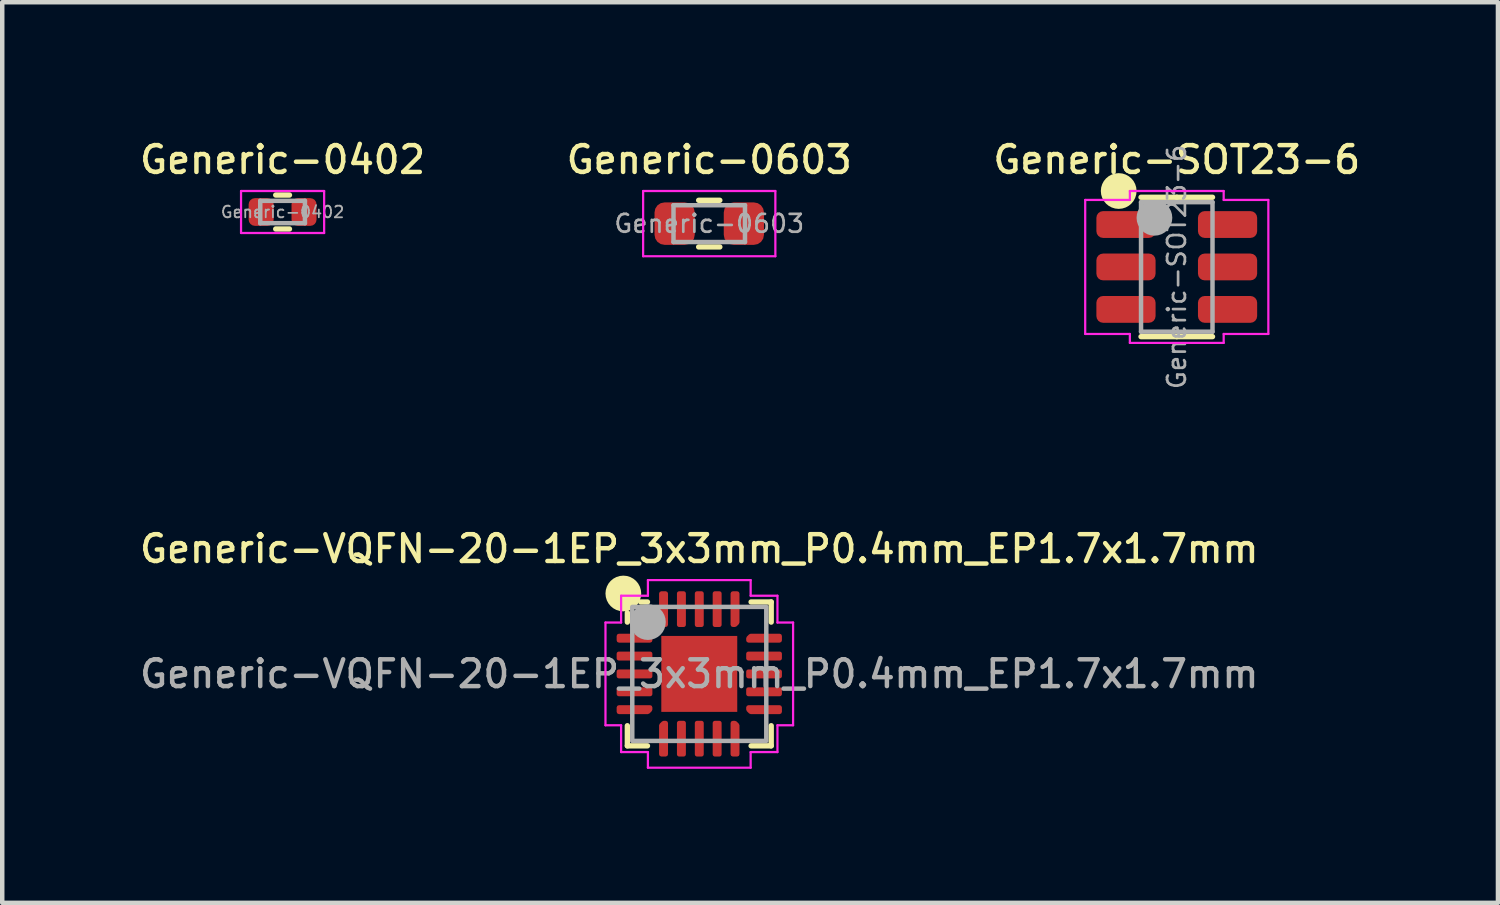
<source format=kicad_pcb>
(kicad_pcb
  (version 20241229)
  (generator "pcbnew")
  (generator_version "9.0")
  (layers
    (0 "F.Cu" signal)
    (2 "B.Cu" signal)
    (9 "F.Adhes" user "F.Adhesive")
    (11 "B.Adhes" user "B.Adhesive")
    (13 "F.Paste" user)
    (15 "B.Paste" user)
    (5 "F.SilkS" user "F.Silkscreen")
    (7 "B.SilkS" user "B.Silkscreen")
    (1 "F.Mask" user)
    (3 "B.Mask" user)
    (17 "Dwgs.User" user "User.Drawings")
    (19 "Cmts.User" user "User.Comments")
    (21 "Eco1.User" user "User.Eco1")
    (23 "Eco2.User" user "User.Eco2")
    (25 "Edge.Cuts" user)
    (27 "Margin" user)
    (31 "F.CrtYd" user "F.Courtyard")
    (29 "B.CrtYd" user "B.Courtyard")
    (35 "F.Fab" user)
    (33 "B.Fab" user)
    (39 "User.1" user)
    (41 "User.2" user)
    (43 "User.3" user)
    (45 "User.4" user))
  (footprint "Generic-SOT23-6"
    (layer "F.Cu")
    (at 23.293 2.926)
    (property "Reference" "Generic-SOT23-6" (at 0 -2.4 0) (layer "F.SilkS") (effects (font (size 0.6 0.6) (thickness 0.1) (bold yes))))
    (attr smd)
    (fp_line (start 0 -1.56) (end -0.8 -1.56) (stroke (width 0.12) (type solid)) (layer "F.SilkS"))
    (fp_line (start 0 -1.56) (end 0.8 -1.56) (stroke (width 0.12) (type solid)) (layer "F.SilkS"))
    (fp_line (start 0 1.56) (end -0.8 1.56) (stroke (width 0.12) (type solid)) (layer "F.SilkS"))
    (fp_line (start 0 1.56) (end 0.8 1.56) (stroke (width 0.12) (type solid)) (layer "F.SilkS"))
    (fp_circle (center -1.3 -1.7) (end -1.3 -1.7) (stroke (width 0.4) (type solid)) (fill no) (layer "F.SilkS"))
    (fp_line (start -2.05 -1.5) (end -1.05 -1.5) (stroke (width 0.05) (type solid)) (layer "F.CrtYd"))
    (fp_line (start -2.05 1.5) (end -2.05 -1.5) (stroke (width 0.05) (type solid)) (layer "F.CrtYd"))
    (fp_line (start -1.05 -1.7) (end 1.05 -1.7) (stroke (width 0.05) (type solid)) (layer "F.CrtYd"))
    (fp_line (start -1.05 -1.5) (end -1.05 -1.7) (stroke (width 0.05) (type solid)) (layer "F.CrtYd"))
    (fp_line (start -1.05 1.5) (end -2.05 1.5) (stroke (width 0.05) (type solid)) (layer "F.CrtYd"))
    (fp_line (start -1.05 1.7) (end -1.05 1.5) (stroke (width 0.05) (type solid)) (layer "F.CrtYd"))
    (fp_line (start 1.05 -1.7) (end 1.05 -1.5) (stroke (width 0.05) (type solid)) (layer "F.CrtYd"))
    (fp_line (start 1.05 -1.5) (end 2.05 -1.5) (stroke (width 0.05) (type solid)) (layer "F.CrtYd"))
    (fp_line (start 1.05 1.5) (end 1.05 1.7) (stroke (width 0.05) (type solid)) (layer "F.CrtYd"))
    (fp_line (start 1.05 1.7) (end -1.05 1.7) (stroke (width 0.05) (type solid)) (layer "F.CrtYd"))
    (fp_line (start 2.05 -1.5) (end 2.05 1.5) (stroke (width 0.05) (type solid)) (layer "F.CrtYd"))
    (fp_line (start 2.05 1.5) (end 1.05 1.5) (stroke (width 0.05) (type solid)) (layer "F.CrtYd"))
    (fp_line (start -0.8 -1.45) (end 0.8 -1.45) (stroke (width 0.1) (type solid)) (layer "F.Fab"))
    (fp_line (start -0.8 1.45) (end -0.8 -1.45) (stroke (width 0.1) (type solid)) (layer "F.Fab"))
    (fp_line (start 0.8 -1.45) (end 0.8 1.45) (stroke (width 0.1) (type solid)) (layer "F.Fab"))
    (fp_line (start 0.8 1.45) (end -0.8 1.45) (stroke (width 0.1) (type solid)) (layer "F.Fab"))
    (fp_circle (center -0.5 -1.1) (end -0.5 -1.1) (stroke (width 0.4) (type solid)) (fill no) (layer "F.Fab"))
    (fp_text user "${REFERENCE}" (at 0 0 90) (layer "F.Fab") (effects (font (size 0.4 0.4) (thickness 0.06))))
    (pad "1" smd roundrect (at -1.137 -0.95) (size 1.325 0.6) (layers "F.Cu" "F.Mask" "F.Paste") (roundrect_rratio 0.25))
    (pad "2" smd roundrect (at -1.137 0) (size 1.325 0.6) (layers "F.Cu" "F.Mask" "F.Paste") (roundrect_rratio 0.25))
    (pad "3" smd roundrect (at -1.137 0.95) (size 1.325 0.6) (layers "F.Cu" "F.Mask" "F.Paste") (roundrect_rratio 0.25))
    (pad "4" smd roundrect (at 1.137 0.95) (size 1.325 0.6) (layers "F.Cu" "F.Mask" "F.Paste") (roundrect_rratio 0.25))
    (pad "5" smd roundrect (at 1.137 0) (size 1.325 0.6) (layers "F.Cu" "F.Mask" "F.Paste") (roundrect_rratio 0.25))
    (pad "6" smd roundrect (at 1.137 -0.95) (size 1.325 0.6) (layers "F.Cu" "F.Mask" "F.Paste") (roundrect_rratio 0.25)))
  (footprint "Generic-0402"
    (layer "F.Cu")
    (at 3.276 1.696)
    (property "Reference" "Generic-0402" (at 0 -1.17 0) (layer "F.SilkS") (effects (font (size 0.6 0.6) (thickness 0.1) (bold yes))))
    (attr smd)
    (fp_line (start -0.154 -0.38) (end 0.154 -0.38) (stroke (width 0.12) (type solid)) (layer "F.SilkS"))
    (fp_line (start -0.154 0.38) (end 0.154 0.38) (stroke (width 0.12) (type solid)) (layer "F.SilkS"))
    (fp_line (start -0.93 -0.47) (end 0.93 -0.47) (stroke (width 0.05) (type solid)) (layer "F.CrtYd"))
    (fp_line (start -0.93 0.47) (end -0.93 -0.47) (stroke (width 0.05) (type solid)) (layer "F.CrtYd"))
    (fp_line (start 0.93 -0.47) (end 0.93 0.47) (stroke (width 0.05) (type solid)) (layer "F.CrtYd"))
    (fp_line (start 0.93 0.47) (end -0.93 0.47) (stroke (width 0.05) (type solid)) (layer "F.CrtYd"))
    (fp_line (start -0.5 -0.25) (end 0.5 -0.25) (stroke (width 0.1) (type solid)) (layer "F.Fab"))
    (fp_line (start -0.5 0.25) (end -0.5 -0.25) (stroke (width 0.1) (type solid)) (layer "F.Fab"))
    (fp_line (start 0.5 -0.25) (end 0.5 0.25) (stroke (width 0.1) (type solid)) (layer "F.Fab"))
    (fp_line (start 0.5 0.25) (end -0.5 0.25) (stroke (width 0.1) (type solid)) (layer "F.Fab"))
    (fp_text user "${REFERENCE}" (at 0 0 0) (layer "F.Fab") (effects (font (size 0.26 0.26) (thickness 0.04))))
    (pad "1" smd roundrect (at -0.48 0) (size 0.56 0.62) (layers "F.Cu" "F.Mask" "F.Paste") (roundrect_rratio 0.25))
    (pad "2" smd roundrect (at 0.48 0) (size 0.56 0.62) (layers "F.Cu" "F.Mask" "F.Paste") (roundrect_rratio 0.25)))
  (footprint "Generic-VQFN-20-1EP_3x3mm_P0.4mm_EP1.7x1.7mm"
    (layer "F.Cu")
    (at 12.604 12.036)
    (property "Reference" "Generic-VQFN-20-1EP_3x3mm_P0.4mm_EP1.7x1.7mm" (at 0 -2.8 0) (layer "F.SilkS") (effects (font (size 0.6 0.6) (thickness 0.1) (bold yes))))
    (attr smd)
    (fp_line (start -1.61 -1.16) (end -1.61 -1.37) (stroke (width 0.12) (type solid)) (layer "F.SilkS"))
    (fp_line (start -1.61 1.61) (end -1.61 1.16) (stroke (width 0.12) (type solid)) (layer "F.SilkS"))
    (fp_line (start -1.16 -1.61) (end -1.31 -1.61) (stroke (width 0.12) (type solid)) (layer "F.SilkS"))
    (fp_line (start -1.16 1.61) (end -1.61 1.61) (stroke (width 0.12) (type solid)) (layer "F.SilkS"))
    (fp_line (start 1.16 -1.61) (end 1.61 -1.61) (stroke (width 0.12) (type solid)) (layer "F.SilkS"))
    (fp_line (start 1.16 1.61) (end 1.61 1.61) (stroke (width 0.12) (type solid)) (layer "F.SilkS"))
    (fp_line (start 1.61 -1.61) (end 1.61 -1.16) (stroke (width 0.12) (type solid)) (layer "F.SilkS"))
    (fp_line (start 1.61 1.61) (end 1.61 1.16) (stroke (width 0.12) (type solid)) (layer "F.SilkS"))
    (fp_circle (center -1.7 -1.8) (end -1.7 -1.8) (stroke (width 0.4) (type solid)) (fill no) (layer "F.SilkS"))
    (fp_line (start -2.1 -1.15) (end -1.75 -1.15) (stroke (width 0.05) (type solid)) (layer "F.CrtYd"))
    (fp_line (start -2.1 1.15) (end -2.1 -1.15) (stroke (width 0.05) (type solid)) (layer "F.CrtYd"))
    (fp_line (start -1.75 -1.75) (end -1.15 -1.75) (stroke (width 0.05) (type solid)) (layer "F.CrtYd"))
    (fp_line (start -1.75 -1.15) (end -1.75 -1.75) (stroke (width 0.05) (type solid)) (layer "F.CrtYd"))
    (fp_line (start -1.75 1.15) (end -2.1 1.15) (stroke (width 0.05) (type solid)) (layer "F.CrtYd"))
    (fp_line (start -1.75 1.75) (end -1.75 1.15) (stroke (width 0.05) (type solid)) (layer "F.CrtYd"))
    (fp_line (start -1.15 -2.1) (end 1.15 -2.1) (stroke (width 0.05) (type solid)) (layer "F.CrtYd"))
    (fp_line (start -1.15 -1.75) (end -1.15 -2.1) (stroke (width 0.05) (type solid)) (layer "F.CrtYd"))
    (fp_line (start -1.15 1.75) (end -1.75 1.75) (stroke (width 0.05) (type solid)) (layer "F.CrtYd"))
    (fp_line (start -1.15 2.1) (end -1.15 1.75) (stroke (width 0.05) (type solid)) (layer "F.CrtYd"))
    (fp_line (start 1.15 -2.1) (end 1.15 -1.75) (stroke (width 0.05) (type solid)) (layer "F.CrtYd"))
    (fp_line (start 1.15 -1.75) (end 1.75 -1.75) (stroke (width 0.05) (type solid)) (layer "F.CrtYd"))
    (fp_line (start 1.15 1.75) (end 1.15 2.1) (stroke (width 0.05) (type solid)) (layer "F.CrtYd"))
    (fp_line (start 1.15 2.1) (end -1.15 2.1) (stroke (width 0.05) (type solid)) (layer "F.CrtYd"))
    (fp_line (start 1.75 -1.75) (end 1.75 -1.15) (stroke (width 0.05) (type solid)) (layer "F.CrtYd"))
    (fp_line (start 1.75 -1.15) (end 2.1 -1.15) (stroke (width 0.05) (type solid)) (layer "F.CrtYd"))
    (fp_line (start 1.75 1.15) (end 1.75 1.75) (stroke (width 0.05) (type solid)) (layer "F.CrtYd"))
    (fp_line (start 1.75 1.75) (end 1.15 1.75) (stroke (width 0.05) (type solid)) (layer "F.CrtYd"))
    (fp_line (start 2.1 -1.15) (end 2.1 1.15) (stroke (width 0.05) (type solid)) (layer "F.CrtYd"))
    (fp_line (start 2.1 1.15) (end 1.75 1.15) (stroke (width 0.05) (type solid)) (layer "F.CrtYd"))
    (fp_circle (center -1.15 -1.16) (end -1.15 -1.16) (stroke (width 0.4) (type solid)) (fill no) (layer "F.Fab"))
    (fp_poly (pts (xy -1.5 -1.5) (xy -1.5 1.5) (xy 1.5 1.5) (xy 1.5 -1.5) (xy -1.5 -1.5)) (stroke (width 0.1) (type solid)) (fill no) (layer "F.Fab"))
    (fp_text user "${REFERENCE}" (at 0 0 0) (layer "F.Fab") (effects (font (size 0.6 0.6) (thickness 0.1) (bold yes))))
    (pad "" smd roundrect (at -0.425 -0.425) (size 0.69 0.69) (layers "F.Paste") (roundrect_rratio 0.25))
    (pad "" smd roundrect (at -0.425 0.425) (size 0.69 0.69) (layers "F.Paste") (roundrect_rratio 0.25))
    (pad "" smd roundrect (at 0.425 -0.425) (size 0.69 0.69) (layers "F.Paste") (roundrect_rratio 0.25))
    (pad "" smd roundrect (at 0.425 0.425) (size 0.69 0.69) (layers "F.Paste") (roundrect_rratio 0.25))
    (pad "1" smd custom (at -1.45 -0.8) (size 0.143 0.143) (layers "F.Cu" "F.Mask" "F.Paste") (options (anchor circle)) (primitives (gr_poly (pts (xy -0.35 -0.05) (xy 0.299 -0.05) (xy 0.35 0.001) (xy 0.35 0.05) (xy -0.35 0.05)) (width 0.1) (fill yes))))
    (pad "2" smd roundrect (at -1.45 -0.4) (size 0.8 0.2) (layers "F.Cu" "F.Mask" "F.Paste") (roundrect_rratio 0.25))
    (pad "3" smd roundrect (at -1.45 0) (size 0.8 0.2) (layers "F.Cu" "F.Mask" "F.Paste") (roundrect_rratio 0.25))
    (pad "4" smd roundrect (at -1.45 0.4) (size 0.8 0.2) (layers "F.Cu" "F.Mask" "F.Paste") (roundrect_rratio 0.25))
    (pad "5" smd custom (at -1.45 0.8) (size 0.143 0.143) (layers "F.Cu" "F.Mask" "F.Paste") (options (anchor circle)) (primitives (gr_poly (pts (xy -0.35 -0.05) (xy 0.35 -0.05) (xy 0.35 -0.001) (xy 0.299 0.05) (xy -0.35 0.05)) (width 0.1) (fill yes))))
    (pad "6" smd custom (at -0.8 1.45) (size 0.143 0.143) (layers "F.Cu" "F.Mask" "F.Paste") (options (anchor circle)) (primitives (gr_poly (pts (xy -0.05 -0.299) (xy 0.001 -0.35) (xy 0.05 -0.35) (xy 0.05 0.35) (xy -0.05 0.35)) (width 0.1) (fill yes))))
    (pad "7" smd roundrect (at -0.4 1.45) (size 0.2 0.8) (layers "F.Cu" "F.Mask" "F.Paste") (roundrect_rratio 0.25))
    (pad "8" smd roundrect (at 0 1.45) (size 0.2 0.8) (layers "F.Cu" "F.Mask" "F.Paste") (roundrect_rratio 0.25))
    (pad "9" smd roundrect (at 0.4 1.45) (size 0.2 0.8) (layers "F.Cu" "F.Mask" "F.Paste") (roundrect_rratio 0.25))
    (pad "10" smd custom (at 0.8 1.45) (size 0.143 0.143) (layers "F.Cu" "F.Mask" "F.Paste") (options (anchor circle)) (primitives (gr_poly (pts (xy -0.05 -0.35) (xy -0.001 -0.35) (xy 0.05 -0.299) (xy 0.05 0.35) (xy -0.05 0.35)) (width 0.1) (fill yes))))
    (pad "11" smd custom (at 1.45 0.8) (size 0.143 0.143) (layers "F.Cu" "F.Mask" "F.Paste") (options (anchor circle)) (primitives (gr_poly (pts (xy -0.35 -0.05) (xy 0.35 -0.05) (xy 0.35 0.05) (xy -0.299 0.05) (xy -0.35 -0.001)) (width 0.1) (fill yes))))
    (pad "12" smd roundrect (at 1.45 0.4) (size 0.8 0.2) (layers "F.Cu" "F.Mask" "F.Paste") (roundrect_rratio 0.25))
    (pad "13" smd roundrect (at 1.45 0) (size 0.8 0.2) (layers "F.Cu" "F.Mask" "F.Paste") (roundrect_rratio 0.25))
    (pad "14" smd roundrect (at 1.45 -0.4) (size 0.8 0.2) (layers "F.Cu" "F.Mask" "F.Paste") (roundrect_rratio 0.25))
    (pad "15" smd custom (at 1.45 -0.8) (size 0.143 0.143) (layers "F.Cu" "F.Mask" "F.Paste") (options (anchor circle)) (primitives (gr_poly (pts (xy -0.35 0.001) (xy -0.299 -0.05) (xy 0.35 -0.05) (xy 0.35 0.05) (xy -0.35 0.05)) (width 0.1) (fill yes))))
    (pad "16" smd custom (at 0.8 -1.45) (size 0.143 0.143) (layers "F.Cu" "F.Mask" "F.Paste") (options (anchor circle)) (primitives (gr_poly (pts (xy -0.05 -0.35) (xy 0.05 -0.35) (xy 0.05 0.299) (xy -0.001 0.35) (xy -0.05 0.35)) (width 0.1) (fill yes))))
    (pad "17" smd roundrect (at 0.4 -1.45) (size 0.2 0.8) (layers "F.Cu" "F.Mask" "F.Paste") (roundrect_rratio 0.25))
    (pad "18" smd roundrect (at 0 -1.45) (size 0.2 0.8) (layers "F.Cu" "F.Mask" "F.Paste") (roundrect_rratio 0.25))
    (pad "19" smd roundrect (at -0.4 -1.45) (size 0.2 0.8) (layers "F.Cu" "F.Mask" "F.Paste") (roundrect_rratio 0.25))
    (pad "20" smd custom (at -0.8 -1.45) (size 0.143 0.143) (layers "F.Cu" "F.Mask" "F.Paste") (options (anchor circle)) (primitives (gr_poly (pts (xy -0.05 -0.35) (xy 0.05 -0.35) (xy 0.05 0.35) (xy 0.001 0.35) (xy -0.05 0.299)) (width 0.1) (fill yes))))
    (pad "21" smd rect (at 0 0) (size 1.7 1.7) (property pad_prop_heatsink) (layers "F.Cu" "F.Mask")))
  (footprint "Generic-0603"
    (layer "F.Cu")
    (at 12.827 1.956)
    (property "Reference" "Generic-0603" (at 0 -1.43 0) (layer "F.SilkS") (effects (font (size 0.6 0.6) (thickness 0.1) (bold yes))))
    (attr smd)
    (fp_line (start -0.237 -0.522) (end 0.237 -0.522) (stroke (width 0.12) (type solid)) (layer "F.SilkS"))
    (fp_line (start -0.237 0.522) (end 0.237 0.522) (stroke (width 0.12) (type solid)) (layer "F.SilkS"))
    (fp_line (start -1.48 -0.73) (end 1.48 -0.73) (stroke (width 0.05) (type solid)) (layer "F.CrtYd"))
    (fp_line (start -1.48 0.73) (end -1.48 -0.73) (stroke (width 0.05) (type solid)) (layer "F.CrtYd"))
    (fp_line (start 1.48 -0.73) (end 1.48 0.73) (stroke (width 0.05) (type solid)) (layer "F.CrtYd"))
    (fp_line (start 1.48 0.73) (end -1.48 0.73) (stroke (width 0.05) (type solid)) (layer "F.CrtYd"))
    (fp_line (start -0.8 -0.412) (end 0.8 -0.412) (stroke (width 0.1) (type solid)) (layer "F.Fab"))
    (fp_line (start -0.8 0.412) (end -0.8 -0.412) (stroke (width 0.1) (type solid)) (layer "F.Fab"))
    (fp_line (start 0.8 -0.412) (end 0.8 0.412) (stroke (width 0.1) (type solid)) (layer "F.Fab"))
    (fp_line (start 0.8 0.412) (end -0.8 0.412) (stroke (width 0.1) (type solid)) (layer "F.Fab"))
    (fp_text user "${REFERENCE}" (at 0 0 0) (layer "F.Fab") (effects (font (size 0.4 0.4) (thickness 0.06))))
    (pad "1" smd roundrect (at -0.775 0) (size 0.9 0.95) (layers "F.Cu" "F.Mask" "F.Paste") (roundrect_rratio 0.25))
    (pad "2" smd roundrect (at 0.775 0) (size 0.9 0.95) (layers "F.Cu" "F.Mask" "F.Paste") (roundrect_rratio 0.25)))
  (gr_rect
    (start -3 -3)
    (end 30.483 17.161)
    (stroke (width 0.1) (type default))
    (fill no)
    (layer "Edge.Cuts")))
</source>
